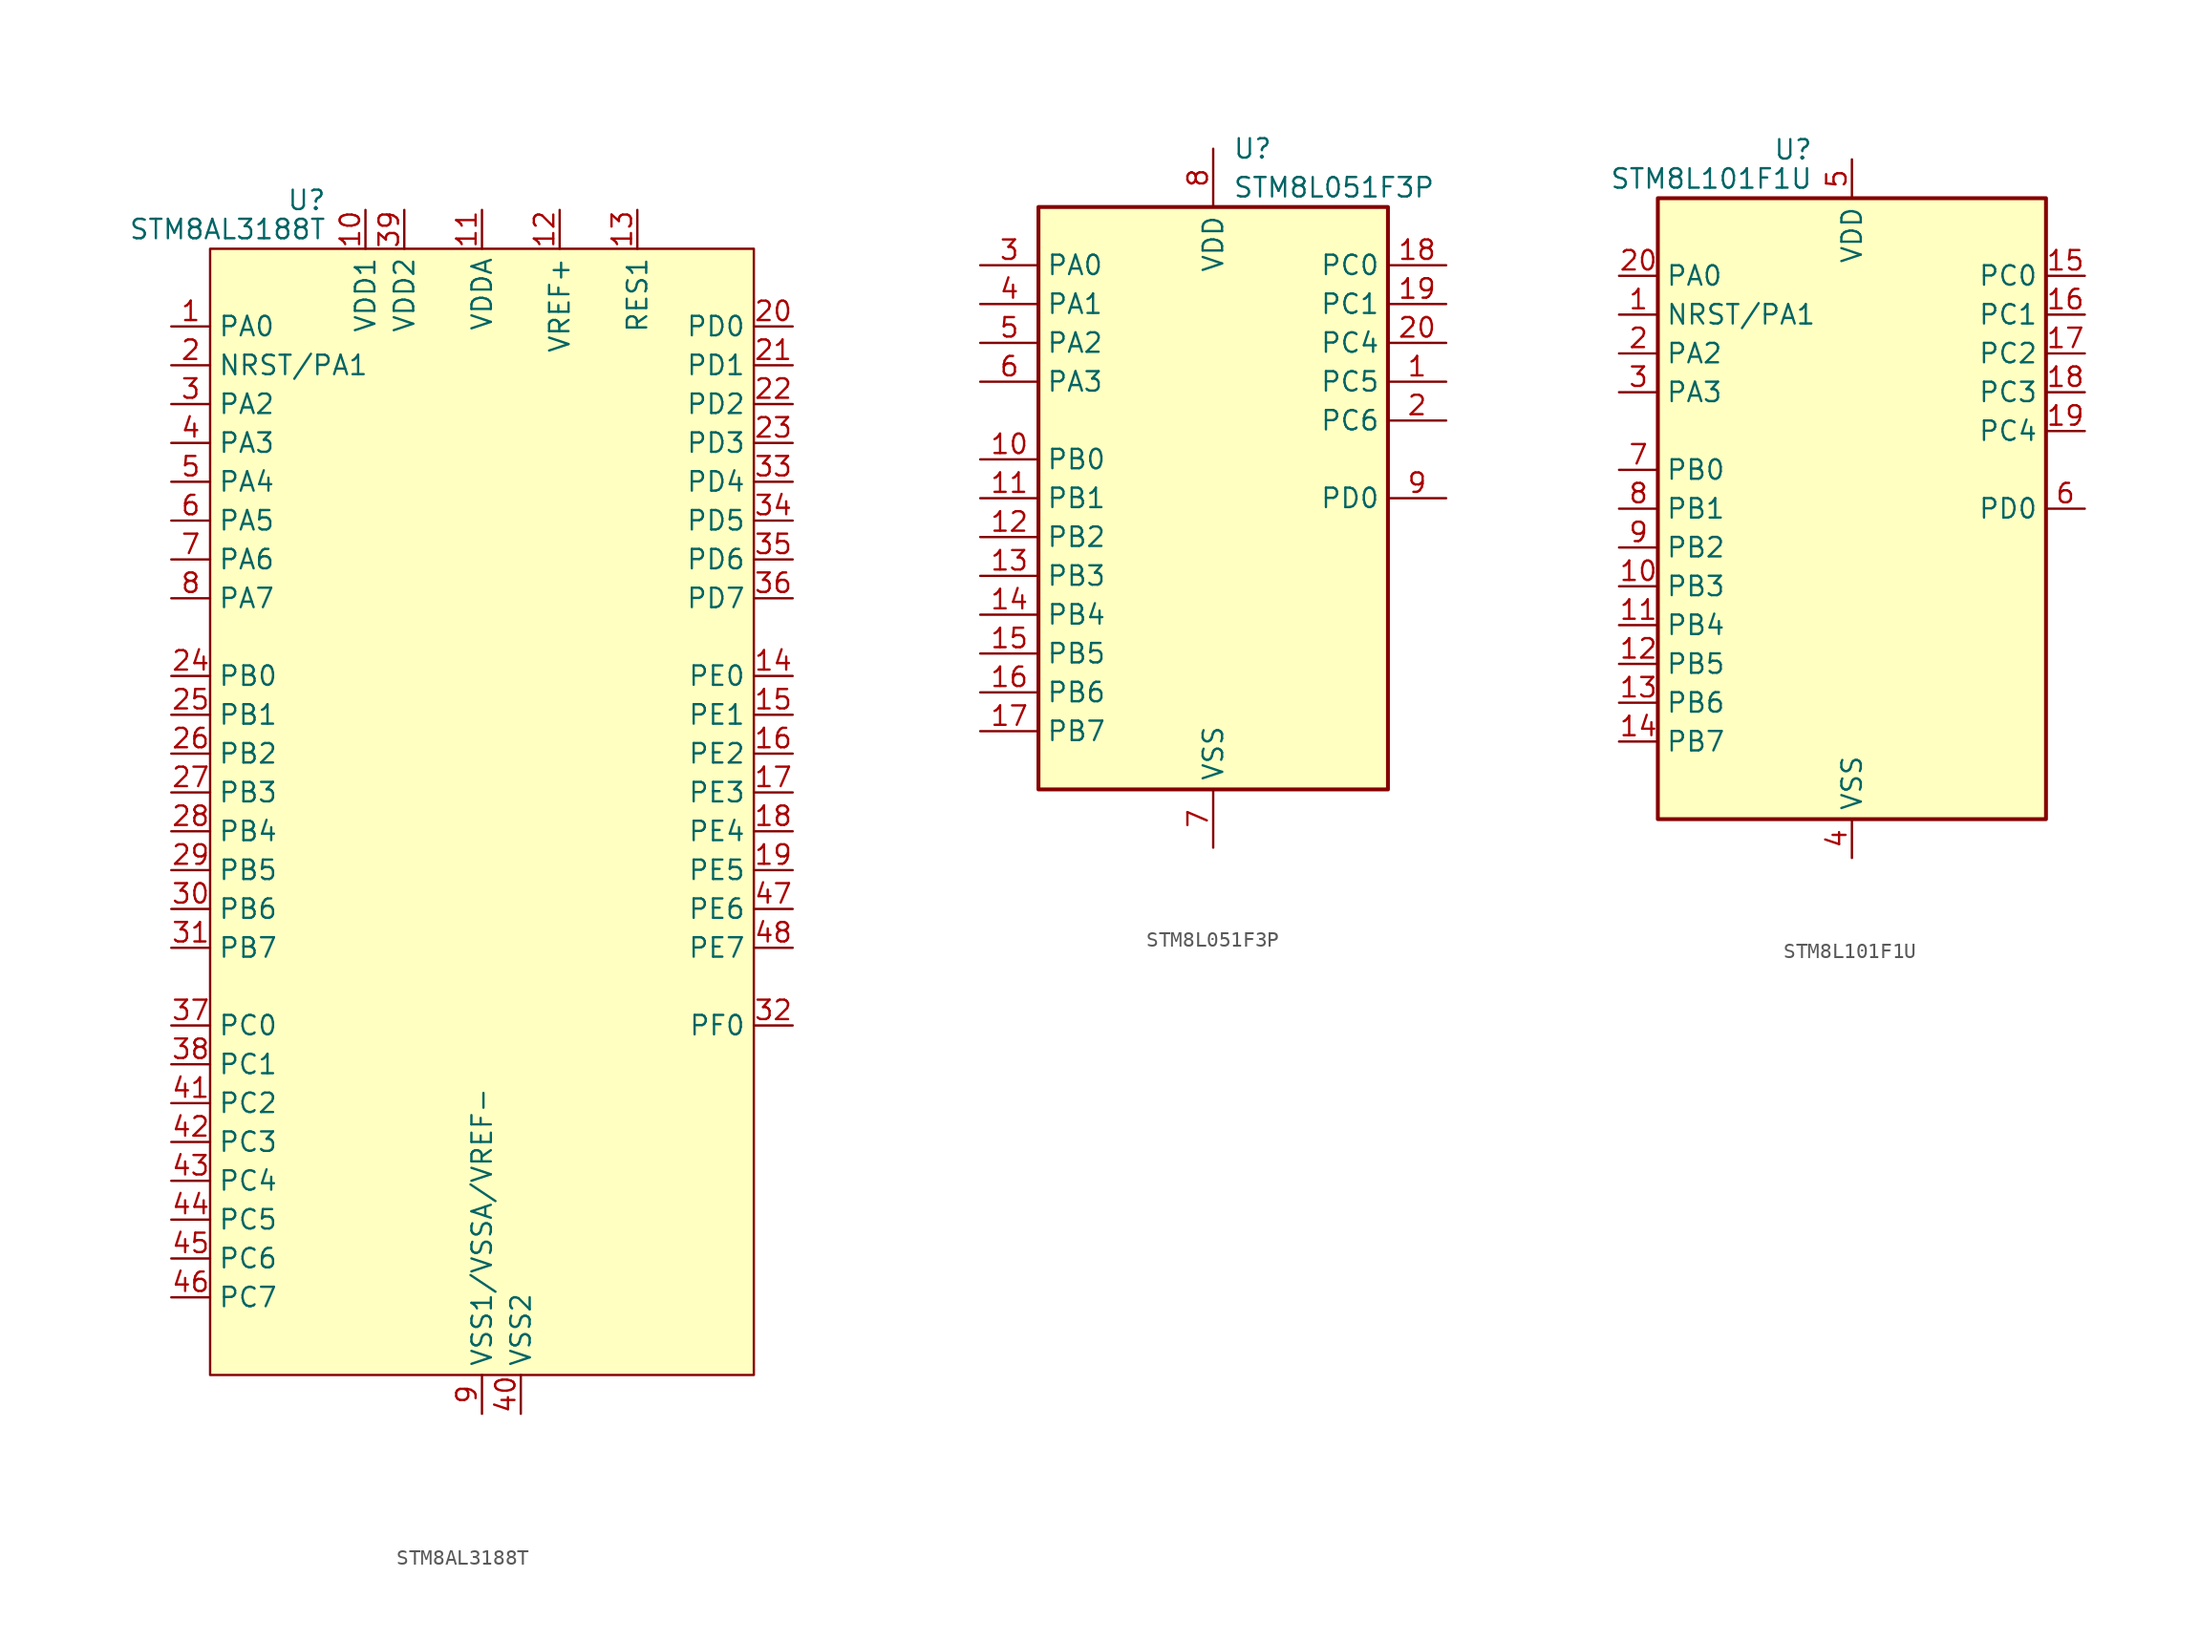
<source format=kicad_sym>
(kicad_symbol_lib
  (version 20241209)
  (generator "kicad_symbol_editor")
  (generator_version "9.0")
  (symbol "STM8AL3188T"
    (property "Reference" "U"
      (at -10.16 38.735 0)
      (effects (font (size 1.27 1.27)) (justify right)))
    (property "Value" "STM8AL3188T"
      (at -10.16 36.83 0)
      (effects (font (size 1.27 1.27)) (justify right)))
    (symbol "STM8AL3188T_0_0"
      (pin bidirectional line (at -20.32 30.48 0) (length 2.54) (name "PA0" (effects (font (size 1.27 1.27)))) (number "1" (effects (font (size 1.27 1.27)))))
      (pin bidirectional line (at -20.32 27.94 0) (length 2.54) (name "NRST/PA1" (effects (font (size 1.27 1.27)))) (number "2" (effects (font (size 1.27 1.27)))))
      (pin bidirectional line (at -20.32 25.4 0) (length 2.54) (name "PA2" (effects (font (size 1.27 1.27)))) (number "3" (effects (font (size 1.27 1.27)))))
      (pin bidirectional line (at -20.32 22.86 0) (length 2.54) (name "PA3" (effects (font (size 1.27 1.27)))) (number "4" (effects (font (size 1.27 1.27)))))
      (pin bidirectional line (at -20.32 20.32 0) (length 2.54) (name "PA4" (effects (font (size 1.27 1.27)))) (number "5" (effects (font (size 1.27 1.27)))))
      (pin bidirectional line (at -20.32 17.78 0) (length 2.54) (name "PA5" (effects (font (size 1.27 1.27)))) (number "6" (effects (font (size 1.27 1.27)))))
      (pin bidirectional line (at -20.32 15.24 0) (length 2.54) (name "PA6" (effects (font (size 1.27 1.27)))) (number "7" (effects (font (size 1.27 1.27)))))
      (pin bidirectional line (at -20.32 12.7 0) (length 2.54) (name "PA7" (effects (font (size 1.27 1.27)))) (number "8" (effects (font (size 1.27 1.27)))))
      (pin bidirectional line (at -20.32 7.62 0) (length 2.54) (name "PB0" (effects (font (size 1.27 1.27)))) (number "24" (effects (font (size 1.27 1.27)))))
      (pin bidirectional line (at -20.32 5.08 0) (length 2.54) (name "PB1" (effects (font (size 1.27 1.27)))) (number "25" (effects (font (size 1.27 1.27)))))
      (pin bidirectional line (at -20.32 2.54 0) (length 2.54) (name "PB2" (effects (font (size 1.27 1.27)))) (number "26" (effects (font (size 1.27 1.27)))))
      (pin bidirectional line (at -20.32 0 0) (length 2.54) (name "PB3" (effects (font (size 1.27 1.27)))) (number "27" (effects (font (size 1.27 1.27)))))
      (pin bidirectional line (at -20.32 -2.54 0) (length 2.54) (name "PB4" (effects (font (size 1.27 1.27)))) (number "28" (effects (font (size 1.27 1.27)))))
      (pin bidirectional line (at -20.32 -5.08 0) (length 2.54) (name "PB5" (effects (font (size 1.27 1.27)))) (number "29" (effects (font (size 1.27 1.27)))))
      (pin bidirectional line (at -20.32 -7.62 0) (length 2.54) (name "PB6" (effects (font (size 1.27 1.27)))) (number "30" (effects (font (size 1.27 1.27)))))
      (pin bidirectional line (at -20.32 -10.16 0) (length 2.54) (name "PB7" (effects (font (size 1.27 1.27)))) (number "31" (effects (font (size 1.27 1.27)))))
      (pin bidirectional line (at -20.32 -15.24 0) (length 2.54) (name "PC0" (effects (font (size 1.27 1.27)))) (number "37" (effects (font (size 1.27 1.27)))))
      (pin bidirectional line (at -20.32 -17.78 0) (length 2.54) (name "PC1" (effects (font (size 1.27 1.27)))) (number "38" (effects (font (size 1.27 1.27)))))
      (pin bidirectional line (at -20.32 -20.32 0) (length 2.54) (name "PC2" (effects (font (size 1.27 1.27)))) (number "41" (effects (font (size 1.27 1.27)))))
      (pin bidirectional line (at -20.32 -22.86 0) (length 2.54) (name "PC3" (effects (font (size 1.27 1.27)))) (number "42" (effects (font (size 1.27 1.27)))))
      (pin bidirectional line (at -20.32 -25.4 0) (length 2.54) (name "PC4" (effects (font (size 1.27 1.27)))) (number "43" (effects (font (size 1.27 1.27)))))
      (pin bidirectional line (at -20.32 -27.94 0) (length 2.54) (name "PC5" (effects (font (size 1.27 1.27)))) (number "44" (effects (font (size 1.27 1.27)))))
      (pin bidirectional line (at -20.32 -30.48 0) (length 2.54) (name "PC6" (effects (font (size 1.27 1.27)))) (number "45" (effects (font (size 1.27 1.27)))))
      (pin bidirectional line (at -20.32 -33.02 0) (length 2.54) (name "PC7" (effects (font (size 1.27 1.27)))) (number "46" (effects (font (size 1.27 1.27)))))
      (pin power_in line (at -7.62 38.1 270) (length 2.54) (name "VDD1" (effects (font (size 1.27 1.27)))) (number "10" (effects (font (size 1.27 1.27)))))
      (pin power_in line (at -5.08 38.1 270) (length 2.54) (name "VDD2" (effects (font (size 1.27 1.27)))) (number "39" (effects (font (size 1.27 1.27)))))
      (pin power_in line (at 0 38.1 270) (length 2.54) (name "VDDA" (effects (font (size 1.27 1.27)))) (number "11" (effects (font (size 1.27 1.27)))))
      (pin power_in line (at 0 -40.64 90) (length 2.54) (name "VSS1/VSSA/VREF-" (effects (font (size 1.27 1.27)))) (number "9" (effects (font (size 1.27 1.27)))))
      (pin power_in line (at 2.54 -40.64 90) (length 2.54) (name "VSS2" (effects (font (size 1.27 1.27)))) (number "40" (effects (font (size 1.27 1.27)))))
      (pin power_in line (at 5.08 38.1 270) (length 2.54) (name "VREF+" (effects (font (size 1.27 1.27)))) (number "12" (effects (font (size 1.27 1.27)))))
      (pin power_in line (at 10.16 38.1 270) (length 2.54) (name "RES1" (effects (font (size 1.27 1.27)))) (number "13" (effects (font (size 1.27 1.27)))))
      (pin bidirectional line (at 20.32 30.48 180) (length 2.54) (name "PD0" (effects (font (size 1.27 1.27)))) (number "20" (effects (font (size 1.27 1.27)))))
      (pin bidirectional line (at 20.32 27.94 180) (length 2.54) (name "PD1" (effects (font (size 1.27 1.27)))) (number "21" (effects (font (size 1.27 1.27)))))
      (pin bidirectional line (at 20.32 25.4 180) (length 2.54) (name "PD2" (effects (font (size 1.27 1.27)))) (number "22" (effects (font (size 1.27 1.27)))))
      (pin bidirectional line (at 20.32 22.86 180) (length 2.54) (name "PD3" (effects (font (size 1.27 1.27)))) (number "23" (effects (font (size 1.27 1.27)))))
      (pin bidirectional line (at 20.32 20.32 180) (length 2.54) (name "PD4" (effects (font (size 1.27 1.27)))) (number "33" (effects (font (size 1.27 1.27)))))
      (pin bidirectional line (at 20.32 17.78 180) (length 2.54) (name "PD5" (effects (font (size 1.27 1.27)))) (number "34" (effects (font (size 1.27 1.27)))))
      (pin bidirectional line (at 20.32 15.24 180) (length 2.54) (name "PD6" (effects (font (size 1.27 1.27)))) (number "35" (effects (font (size 1.27 1.27)))))
      (pin bidirectional line (at 20.32 12.7 180) (length 2.54) (name "PD7" (effects (font (size 1.27 1.27)))) (number "36" (effects (font (size 1.27 1.27)))))
      (pin bidirectional line (at 20.32 7.62 180) (length 2.54) (name "PE0" (effects (font (size 1.27 1.27)))) (number "14" (effects (font (size 1.27 1.27)))))
      (pin bidirectional line (at 20.32 5.08 180) (length 2.54) (name "PE1" (effects (font (size 1.27 1.27)))) (number "15" (effects (font (size 1.27 1.27)))))
      (pin bidirectional line (at 20.32 2.54 180) (length 2.54) (name "PE2" (effects (font (size 1.27 1.27)))) (number "16" (effects (font (size 1.27 1.27)))))
      (pin bidirectional line (at 20.32 0 180) (length 2.54) (name "PE3" (effects (font (size 1.27 1.27)))) (number "17" (effects (font (size 1.27 1.27)))))
      (pin bidirectional line (at 20.32 -2.54 180) (length 2.54) (name "PE4" (effects (font (size 1.27 1.27)))) (number "18" (effects (font (size 1.27 1.27)))))
      (pin bidirectional line (at 20.32 -5.08 180) (length 2.54) (name "PE5" (effects (font (size 1.27 1.27)))) (number "19" (effects (font (size 1.27 1.27)))))
      (pin bidirectional line (at 20.32 -7.62 180) (length 2.54) (name "PE6" (effects (font (size 1.27 1.27)))) (number "47" (effects (font (size 1.27 1.27)))))
      (pin bidirectional line (at 20.32 -10.16 180) (length 2.54) (name "PE7" (effects (font (size 1.27 1.27)))) (number "48" (effects (font (size 1.27 1.27)))))
      (pin bidirectional line (at 20.32 -15.24 180) (length 2.54) (name "PF0" (effects (font (size 1.27 1.27)))) (number "32" (effects (font (size 1.27 1.27))))))
    (symbol "STM8AL3188T_0_1"
      (rectangle (start -17.78 35.56) (end 17.78 -38.1) (stroke (width 0) (type default)) (fill (type background)))))
  (symbol "STM8L051F3P"
    (property "Reference" "U"
      (at 1.27 22.86 0)
      (effects (font (size 1.27 1.27)) (justify left)))
    (property "Value" "STM8L051F3P"
      (at 1.27 20.32 0)
      (effects (font (size 1.27 1.27)) (justify left)))
    (symbol "STM8L051F3P_0_1"
      (rectangle (start -11.43 19.05) (end 11.43 -19.05) (stroke (width 0.254) (type default)) (fill (type background))))
    (symbol "STM8L051F3P_1_1"
      (pin power_in line (at -15.24 15.24 0) (length 3.81) (name "PA0" (effects (font (size 1.27 1.27)))) (number "3" (effects (font (size 1.27 1.27)))))
      (pin bidirectional line (at -15.24 12.7 0) (length 3.81) (name "PA1" (effects (font (size 1.27 1.27)))) (number "4" (effects (font (size 1.27 1.27)))))
      (pin bidirectional line (at -15.24 10.16 0) (length 3.81) (name "PA2" (effects (font (size 1.27 1.27)))) (number "5" (effects (font (size 1.27 1.27)))))
      (pin bidirectional line (at -15.24 7.62 0) (length 3.81) (name "PA3" (effects (font (size 1.27 1.27)))) (number "6" (effects (font (size 1.27 1.27)))))
      (pin bidirectional line (at -15.24 2.54 0) (length 3.81) (name "PB0" (effects (font (size 1.27 1.27)))) (number "10" (effects (font (size 1.27 1.27)))))
      (pin bidirectional line (at -15.24 0 0) (length 3.81) (name "PB1" (effects (font (size 1.27 1.27)))) (number "11" (effects (font (size 1.27 1.27)))))
      (pin bidirectional line (at -15.24 -2.54 0) (length 3.81) (name "PB2" (effects (font (size 1.27 1.27)))) (number "12" (effects (font (size 1.27 1.27)))))
      (pin bidirectional line (at -15.24 -5.08 0) (length 3.81) (name "PB3" (effects (font (size 1.27 1.27)))) (number "13" (effects (font (size 1.27 1.27)))))
      (pin bidirectional line (at -15.24 -7.62 0) (length 3.81) (name "PB4" (effects (font (size 1.27 1.27)))) (number "14" (effects (font (size 1.27 1.27)))))
      (pin bidirectional line (at -15.24 -10.16 0) (length 3.81) (name "PB5" (effects (font (size 1.27 1.27)))) (number "15" (effects (font (size 1.27 1.27)))))
      (pin bidirectional line (at -15.24 -12.7 0) (length 3.81) (name "PB6" (effects (font (size 1.27 1.27)))) (number "16" (effects (font (size 1.27 1.27)))))
      (pin bidirectional line (at -15.24 -15.24 0) (length 3.81) (name "PB7" (effects (font (size 1.27 1.27)))) (number "17" (effects (font (size 1.27 1.27)))))
      (pin power_in line (at 0 22.86 270) (length 3.81) (name "VDD" (effects (font (size 1.27 1.27)))) (number "8" (effects (font (size 1.27 1.27)))))
      (pin power_in line (at 0 -22.86 90) (length 3.81) (name "VSS" (effects (font (size 1.27 1.27)))) (number "7" (effects (font (size 1.27 1.27)))))
      (pin bidirectional line (at 15.24 15.24 180) (length 3.81) (name "PC0" (effects (font (size 1.27 1.27)))) (number "18" (effects (font (size 1.27 1.27)))))
      (pin bidirectional line (at 15.24 12.7 180) (length 3.81) (name "PC1" (effects (font (size 1.27 1.27)))) (number "19" (effects (font (size 1.27 1.27)))))
      (pin bidirectional line (at 15.24 10.16 180) (length 3.81) (name "PC4" (effects (font (size 1.27 1.27)))) (number "20" (effects (font (size 1.27 1.27)))))
      (pin bidirectional line (at 15.24 7.62 180) (length 3.81) (name "PC5" (effects (font (size 1.27 1.27)))) (number "1" (effects (font (size 1.27 1.27)))))
      (pin bidirectional line (at 15.24 5.08 180) (length 3.81) (name "PC6" (effects (font (size 1.27 1.27)))) (number "2" (effects (font (size 1.27 1.27)))))
      (pin bidirectional line (at 15.24 0 180) (length 3.81) (name "PD0" (effects (font (size 1.27 1.27)))) (number "9" (effects (font (size 1.27 1.27)))))))
  (symbol "STM8L101F1U"
    (property "Reference" "U"
      (at -2.54 23.495 0)
      (effects (font (size 1.27 1.27)) (justify right)))
    (property "Value" "STM8L101F1U"
      (at -2.54 21.59 0)
      (effects (font (size 1.27 1.27)) (justify right)))
    (symbol "STM8L101F1U_0_1"
      (rectangle (start -12.7 20.32) (end 12.7 -20.32) (stroke (width 0.254) (type default)) (fill (type background))))
    (symbol "STM8L101F1U_1_1"
      (pin bidirectional line (at -15.24 15.24 0) (length 2.54) (name "PA0" (effects (font (size 1.27 1.27)))) (number "20" (effects (font (size 1.27 1.27)))))
      (pin bidirectional line (at -15.24 12.7 0) (length 2.54) (name "NRST/PA1" (effects (font (size 1.27 1.27)))) (number "1" (effects (font (size 1.27 1.27)))))
      (pin bidirectional line (at -15.24 10.16 0) (length 2.54) (name "PA2" (effects (font (size 1.27 1.27)))) (number "2" (effects (font (size 1.27 1.27)))))
      (pin bidirectional line (at -15.24 7.62 0) (length 2.54) (name "PA3" (effects (font (size 1.27 1.27)))) (number "3" (effects (font (size 1.27 1.27)))))
      (pin bidirectional line (at -15.24 2.54 0) (length 2.54) (name "PB0" (effects (font (size 1.27 1.27)))) (number "7" (effects (font (size 1.27 1.27)))))
      (pin bidirectional line (at -15.24 0 0) (length 2.54) (name "PB1" (effects (font (size 1.27 1.27)))) (number "8" (effects (font (size 1.27 1.27)))))
      (pin bidirectional line (at -15.24 -2.54 0) (length 2.54) (name "PB2" (effects (font (size 1.27 1.27)))) (number "9" (effects (font (size 1.27 1.27)))))
      (pin bidirectional line (at -15.24 -5.08 0) (length 2.54) (name "PB3" (effects (font (size 1.27 1.27)))) (number "10" (effects (font (size 1.27 1.27)))))
      (pin bidirectional line (at -15.24 -7.62 0) (length 2.54) (name "PB4" (effects (font (size 1.27 1.27)))) (number "11" (effects (font (size 1.27 1.27)))))
      (pin bidirectional line (at -15.24 -10.16 0) (length 2.54) (name "PB5" (effects (font (size 1.27 1.27)))) (number "12" (effects (font (size 1.27 1.27)))))
      (pin bidirectional line (at -15.24 -12.7 0) (length 2.54) (name "PB6" (effects (font (size 1.27 1.27)))) (number "13" (effects (font (size 1.27 1.27)))))
      (pin bidirectional line (at -15.24 -15.24 0) (length 2.54) (name "PB7" (effects (font (size 1.27 1.27)))) (number "14" (effects (font (size 1.27 1.27)))))
      (pin power_in line (at 0 22.86 270) (length 2.54) (name "VDD" (effects (font (size 1.27 1.27)))) (number "5" (effects (font (size 1.27 1.27)))))
      (pin power_in line (at 0 -22.86 90) (length 2.54) (name "VSS" (effects (font (size 1.27 1.27)))) (number "4" (effects (font (size 1.27 1.27)))))
      (pin bidirectional line (at 15.24 15.24 180) (length 2.54) (name "PC0" (effects (font (size 1.27 1.27)))) (number "15" (effects (font (size 1.27 1.27)))))
      (pin bidirectional line (at 15.24 12.7 180) (length 2.54) (name "PC1" (effects (font (size 1.27 1.27)))) (number "16" (effects (font (size 1.27 1.27)))))
      (pin bidirectional line (at 15.24 10.16 180) (length 2.54) (name "PC2" (effects (font (size 1.27 1.27)))) (number "17" (effects (font (size 1.27 1.27)))))
      (pin bidirectional line (at 15.24 7.62 180) (length 2.54) (name "PC3" (effects (font (size 1.27 1.27)))) (number "18" (effects (font (size 1.27 1.27)))))
      (pin bidirectional line (at 15.24 5.08 180) (length 2.54) (name "PC4" (effects (font (size 1.27 1.27)))) (number "19" (effects (font (size 1.27 1.27)))))
      (pin bidirectional line (at 15.24 0 180) (length 2.54) (name "PD0" (effects (font (size 1.27 1.27)))) (number "6" (effects (font (size 1.27 1.27))))))))
</source>
